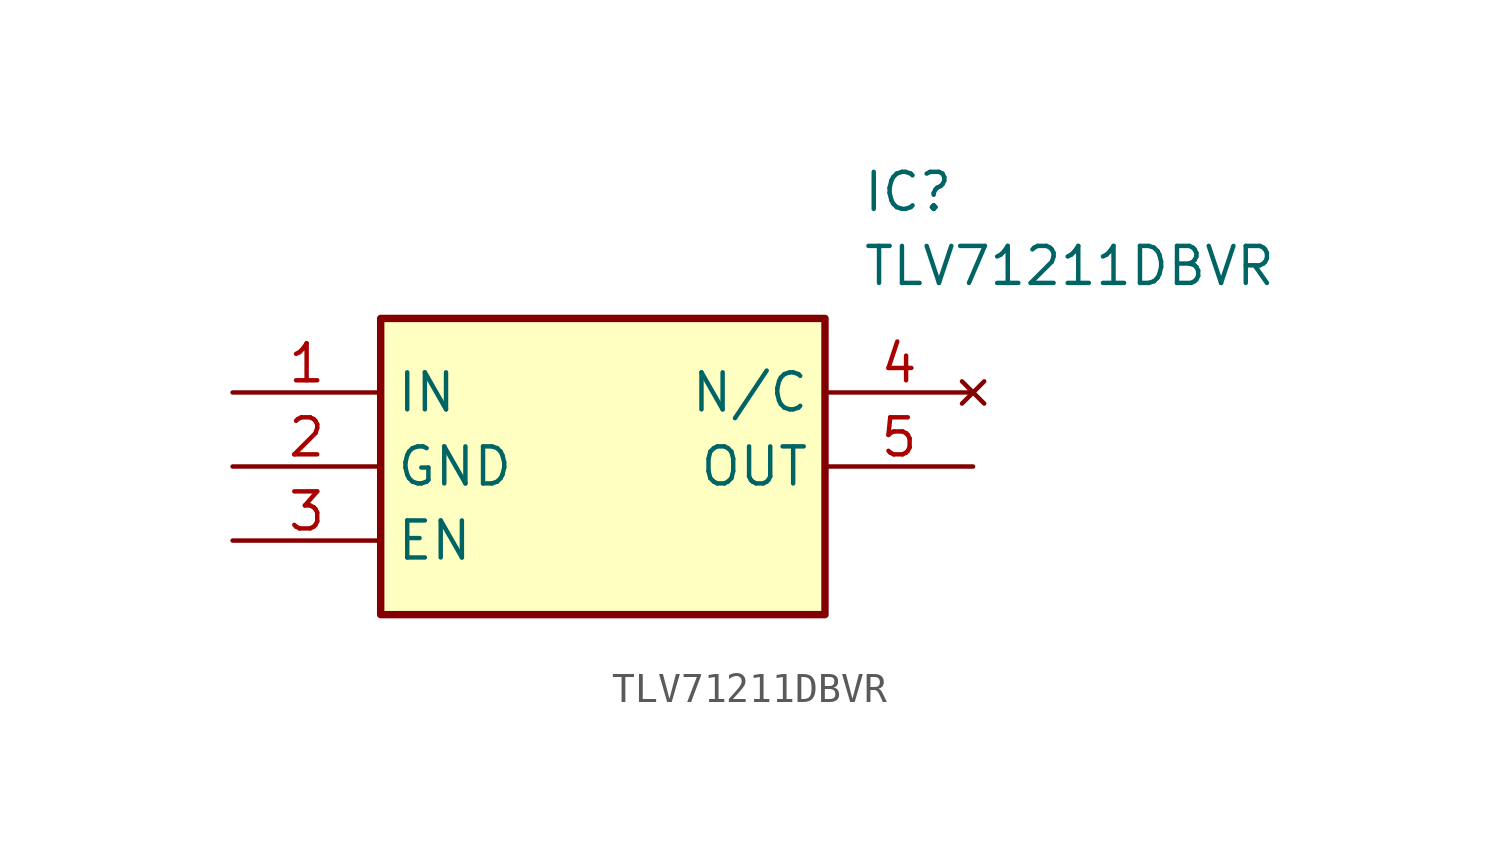
<source format=kicad_sym>
(kicad_symbol_lib
  (version 20211014)
  (generator SamacSys_ECAD_Model)
  (symbol "TLV71211DBVR"
    (property "Reference" "IC"
      (at 21.59 7.62 0)
      (effects (font (size 1.27 1.27)) (justify left top)))
    (property "Value" "TLV71211DBVR"
      (at 21.59 5.08 0)
      (effects (font (size 1.27 1.27)) (justify left top)))
    (rectangle
      (start 5.08 2.54)
      (end 20.32 -7.62)
      (stroke (width 0.254) (type default))
      (fill (type background)))
    (pin passive line
      (at 0 0 0)
      (length 5.08)
      (name "IN" (effects (font (size 1.27 1.27))))
      (number "1" (effects (font (size 1.27 1.27)))))
    (pin passive line
      (at 0 -2.54 0)
      (length 5.08)
      (name "GND" (effects (font (size 1.27 1.27))))
      (number "2" (effects (font (size 1.27 1.27)))))
    (pin passive line
      (at 0 -5.08 0)
      (length 5.08)
      (name "EN" (effects (font (size 1.27 1.27))))
      (number "3" (effects (font (size 1.27 1.27)))))
    (pin no_connect line
      (at 25.4 0 180)
      (length 5.08)
      (name "N/C" (effects (font (size 1.27 1.27))))
      (number "4" (effects (font (size 1.27 1.27)))))
    (pin passive line
      (at 25.4 -2.54 180)
      (length 5.08)
      (name "OUT" (effects (font (size 1.27 1.27))))
      (number "5" (effects (font (size 1.27 1.27)))))))
</source>
